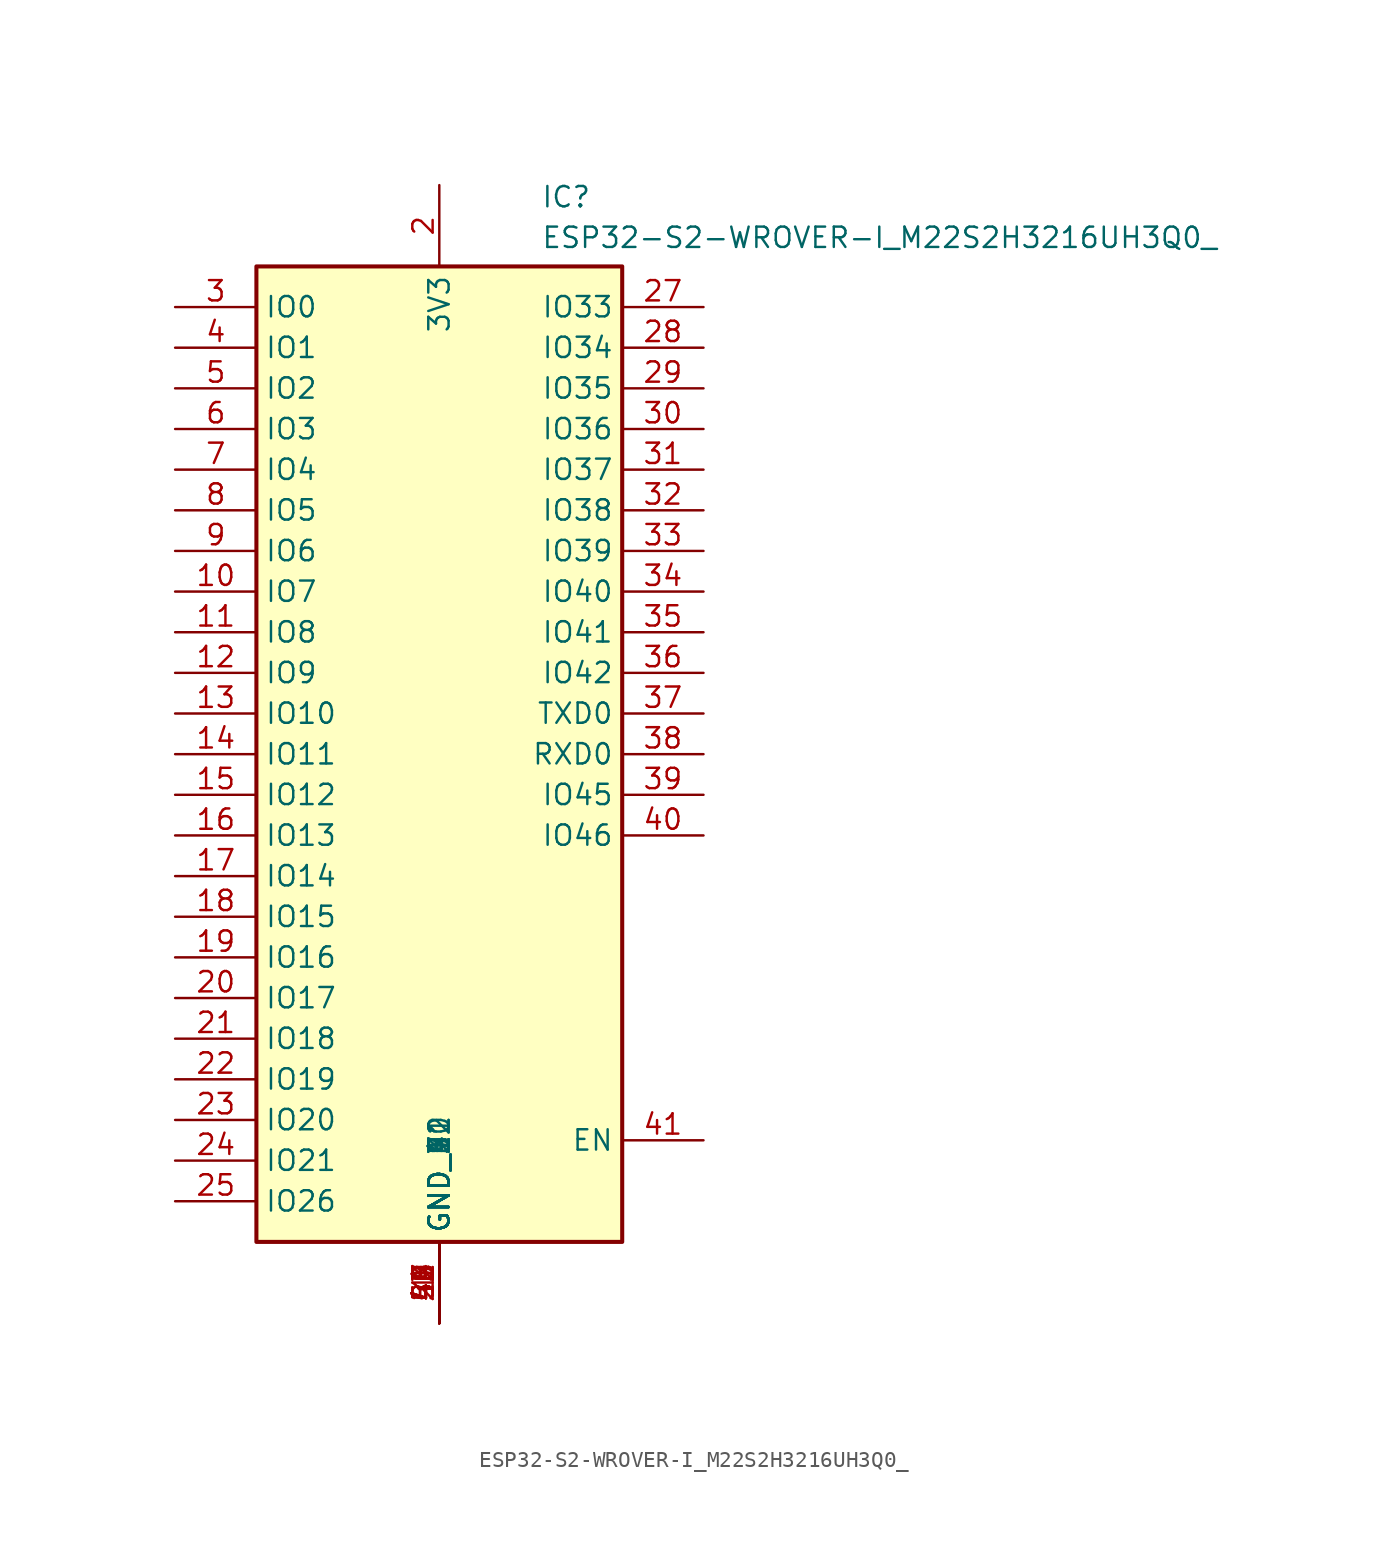
<source format=kicad_sym>
(kicad_symbol_lib
  (version 20220914)
  (generator kicad_symbol_editor)
  (symbol "ESP32-S2-WROVER-I_M22S2H3216UH3Q0_"
    (property "Reference" "IC"
      (at 6.35 35.56 0)
      (effects (font (size 1.27 1.27)) (justify left top)))
    (property "Value" "ESP32-S2-WROVER-I_M22S2H3216UH3Q0_"
      (at 6.35 33.02 0)
      (effects (font (size 1.27 1.27)) (justify left top)))
    (symbol "ESP32-S2-WROVER-I_M22S2H3216UH3Q0__1_1"
      (rectangle (start -11.43 30.48) (end 11.43 -30.48) (stroke (width 0.254) (type default)) (fill (type background)))
      (pin passive line (at 0 -35.56 90) (length 5.08) (name "GND_1" (effects (font (size 1.27 1.27)))) (number "1" (effects (font (size 1.27 1.27)))))
      (pin passive line (at -16.51 10.16 0) (length 5.08) (name "IO7" (effects (font (size 1.27 1.27)))) (number "10" (effects (font (size 1.27 1.27)))))
      (pin passive line (at -16.51 7.62 0) (length 5.08) (name "IO8" (effects (font (size 1.27 1.27)))) (number "11" (effects (font (size 1.27 1.27)))))
      (pin passive line (at -16.51 5.08 0) (length 5.08) (name "IO9" (effects (font (size 1.27 1.27)))) (number "12" (effects (font (size 1.27 1.27)))))
      (pin passive line (at -16.51 2.54 0) (length 5.08) (name "IO10" (effects (font (size 1.27 1.27)))) (number "13" (effects (font (size 1.27 1.27)))))
      (pin passive line (at -16.51 0 0) (length 5.08) (name "IO11" (effects (font (size 1.27 1.27)))) (number "14" (effects (font (size 1.27 1.27)))))
      (pin passive line (at -16.51 -2.54 0) (length 5.08) (name "IO12" (effects (font (size 1.27 1.27)))) (number "15" (effects (font (size 1.27 1.27)))))
      (pin passive line (at -16.51 -5.08 0) (length 5.08) (name "IO13" (effects (font (size 1.27 1.27)))) (number "16" (effects (font (size 1.27 1.27)))))
      (pin passive line (at -16.51 -7.62 0) (length 5.08) (name "IO14" (effects (font (size 1.27 1.27)))) (number "17" (effects (font (size 1.27 1.27)))))
      (pin passive line (at -16.51 -10.16 0) (length 5.08) (name "IO15" (effects (font (size 1.27 1.27)))) (number "18" (effects (font (size 1.27 1.27)))))
      (pin passive line (at -16.51 -12.7 0) (length 5.08) (name "IO16" (effects (font (size 1.27 1.27)))) (number "19" (effects (font (size 1.27 1.27)))))
      (pin passive line (at 0 35.56 270) (length 5.08) (name "3V3" (effects (font (size 1.27 1.27)))) (number "2" (effects (font (size 1.27 1.27)))))
      (pin passive line (at -16.51 -15.24 0) (length 5.08) (name "IO17" (effects (font (size 1.27 1.27)))) (number "20" (effects (font (size 1.27 1.27)))))
      (pin passive line (at -16.51 -17.78 0) (length 5.08) (name "IO18" (effects (font (size 1.27 1.27)))) (number "21" (effects (font (size 1.27 1.27)))))
      (pin passive line (at -16.51 -20.32 0) (length 5.08) (name "IO19" (effects (font (size 1.27 1.27)))) (number "22" (effects (font (size 1.27 1.27)))))
      (pin passive line (at -16.51 -22.86 0) (length 5.08) (name "IO20" (effects (font (size 1.27 1.27)))) (number "23" (effects (font (size 1.27 1.27)))))
      (pin passive line (at -16.51 -25.4 0) (length 5.08) (name "IO21" (effects (font (size 1.27 1.27)))) (number "24" (effects (font (size 1.27 1.27)))))
      (pin passive line (at -16.51 -27.94 0) (length 5.08) (name "IO26" (effects (font (size 1.27 1.27)))) (number "25" (effects (font (size 1.27 1.27)))))
      (pin passive line (at 0 -35.56 90) (length 5.08) (name "GND_2" (effects (font (size 1.27 1.27)))) (number "26" (effects (font (size 1.27 1.27)))))
      (pin passive line (at 16.51 27.94 180) (length 5.08) (name "IO33" (effects (font (size 1.27 1.27)))) (number "27" (effects (font (size 1.27 1.27)))))
      (pin passive line (at 16.51 25.4 180) (length 5.08) (name "IO34" (effects (font (size 1.27 1.27)))) (number "28" (effects (font (size 1.27 1.27)))))
      (pin passive line (at 16.51 22.86 180) (length 5.08) (name "IO35" (effects (font (size 1.27 1.27)))) (number "29" (effects (font (size 1.27 1.27)))))
      (pin passive line (at -16.51 27.94 0) (length 5.08) (name "IO0" (effects (font (size 1.27 1.27)))) (number "3" (effects (font (size 1.27 1.27)))))
      (pin passive line (at 16.51 20.32 180) (length 5.08) (name "IO36" (effects (font (size 1.27 1.27)))) (number "30" (effects (font (size 1.27 1.27)))))
      (pin passive line (at 16.51 17.78 180) (length 5.08) (name "IO37" (effects (font (size 1.27 1.27)))) (number "31" (effects (font (size 1.27 1.27)))))
      (pin passive line (at 16.51 15.24 180) (length 5.08) (name "IO38" (effects (font (size 1.27 1.27)))) (number "32" (effects (font (size 1.27 1.27)))))
      (pin passive line (at 16.51 12.7 180) (length 5.08) (name "IO39" (effects (font (size 1.27 1.27)))) (number "33" (effects (font (size 1.27 1.27)))))
      (pin passive line (at 16.51 10.16 180) (length 5.08) (name "IO40" (effects (font (size 1.27 1.27)))) (number "34" (effects (font (size 1.27 1.27)))))
      (pin passive line (at 16.51 7.62 180) (length 5.08) (name "IO41" (effects (font (size 1.27 1.27)))) (number "35" (effects (font (size 1.27 1.27)))))
      (pin passive line (at 16.51 5.08 180) (length 5.08) (name "IO42" (effects (font (size 1.27 1.27)))) (number "36" (effects (font (size 1.27 1.27)))))
      (pin passive line (at 16.51 2.54 180) (length 5.08) (name "TXD0" (effects (font (size 1.27 1.27)))) (number "37" (effects (font (size 1.27 1.27)))))
      (pin passive line (at 16.51 0 180) (length 5.08) (name "RXD0" (effects (font (size 1.27 1.27)))) (number "38" (effects (font (size 1.27 1.27)))))
      (pin passive line (at 16.51 -2.54 180) (length 5.08) (name "IO45" (effects (font (size 1.27 1.27)))) (number "39" (effects (font (size 1.27 1.27)))))
      (pin passive line (at -16.51 25.4 0) (length 5.08) (name "IO1" (effects (font (size 1.27 1.27)))) (number "4" (effects (font (size 1.27 1.27)))))
      (pin passive line (at 16.51 -5.08 180) (length 5.08) (name "IO46" (effects (font (size 1.27 1.27)))) (number "40" (effects (font (size 1.27 1.27)))))
      (pin passive line (at 16.51 -24.13 180) (length 5.08) (name "EN" (effects (font (size 1.27 1.27)))) (number "41" (effects (font (size 1.27 1.27)))))
      (pin passive line (at 0 -35.56 90) (length 5.08) (name "GND_3" (effects (font (size 1.27 1.27)))) (number "42" (effects (font (size 1.27 1.27)))))
      (pin passive line (at 0 -35.56 90) (length 5.08) (name "GND_4" (effects (font (size 1.27 1.27)))) (number "43" (effects (font (size 1.27 1.27)))))
      (pin passive line (at 0 -35.56 90) (length 5.08) (name "GND_5" (effects (font (size 1.27 1.27)))) (number "44" (effects (font (size 1.27 1.27)))))
      (pin passive line (at 0 -35.56 90) (length 5.08) (name "GND_6" (effects (font (size 1.27 1.27)))) (number "45" (effects (font (size 1.27 1.27)))))
      (pin passive line (at 0 -35.56 90) (length 5.08) (name "GND_7" (effects (font (size 1.27 1.27)))) (number "46" (effects (font (size 1.27 1.27)))))
      (pin passive line (at 0 -35.56 90) (length 5.08) (name "GND_8" (effects (font (size 1.27 1.27)))) (number "47" (effects (font (size 1.27 1.27)))))
      (pin passive line (at 0 -35.56 90) (length 5.08) (name "GND_9" (effects (font (size 1.27 1.27)))) (number "48" (effects (font (size 1.27 1.27)))))
      (pin passive line (at 0 -35.56 90) (length 5.08) (name "GND_10" (effects (font (size 1.27 1.27)))) (number "49" (effects (font (size 1.27 1.27)))))
      (pin passive line (at -16.51 22.86 0) (length 5.08) (name "IO2" (effects (font (size 1.27 1.27)))) (number "5" (effects (font (size 1.27 1.27)))))
      (pin passive line (at 0 -35.56 90) (length 5.08) (name "GND_11" (effects (font (size 1.27 1.27)))) (number "50" (effects (font (size 1.27 1.27)))))
      (pin passive line (at 0 -35.56 90) (length 5.08) (name "GND_12" (effects (font (size 1.27 1.27)))) (number "51" (effects (font (size 1.27 1.27)))))
      (pin passive line (at -16.51 20.32 0) (length 5.08) (name "IO3" (effects (font (size 1.27 1.27)))) (number "6" (effects (font (size 1.27 1.27)))))
      (pin passive line (at -16.51 17.78 0) (length 5.08) (name "IO4" (effects (font (size 1.27 1.27)))) (number "7" (effects (font (size 1.27 1.27)))))
      (pin passive line (at -16.51 15.24 0) (length 5.08) (name "IO5" (effects (font (size 1.27 1.27)))) (number "8" (effects (font (size 1.27 1.27)))))
      (pin passive line (at -16.51 12.7 0) (length 5.08) (name "IO6" (effects (font (size 1.27 1.27)))) (number "9" (effects (font (size 1.27 1.27))))))))
</source>
